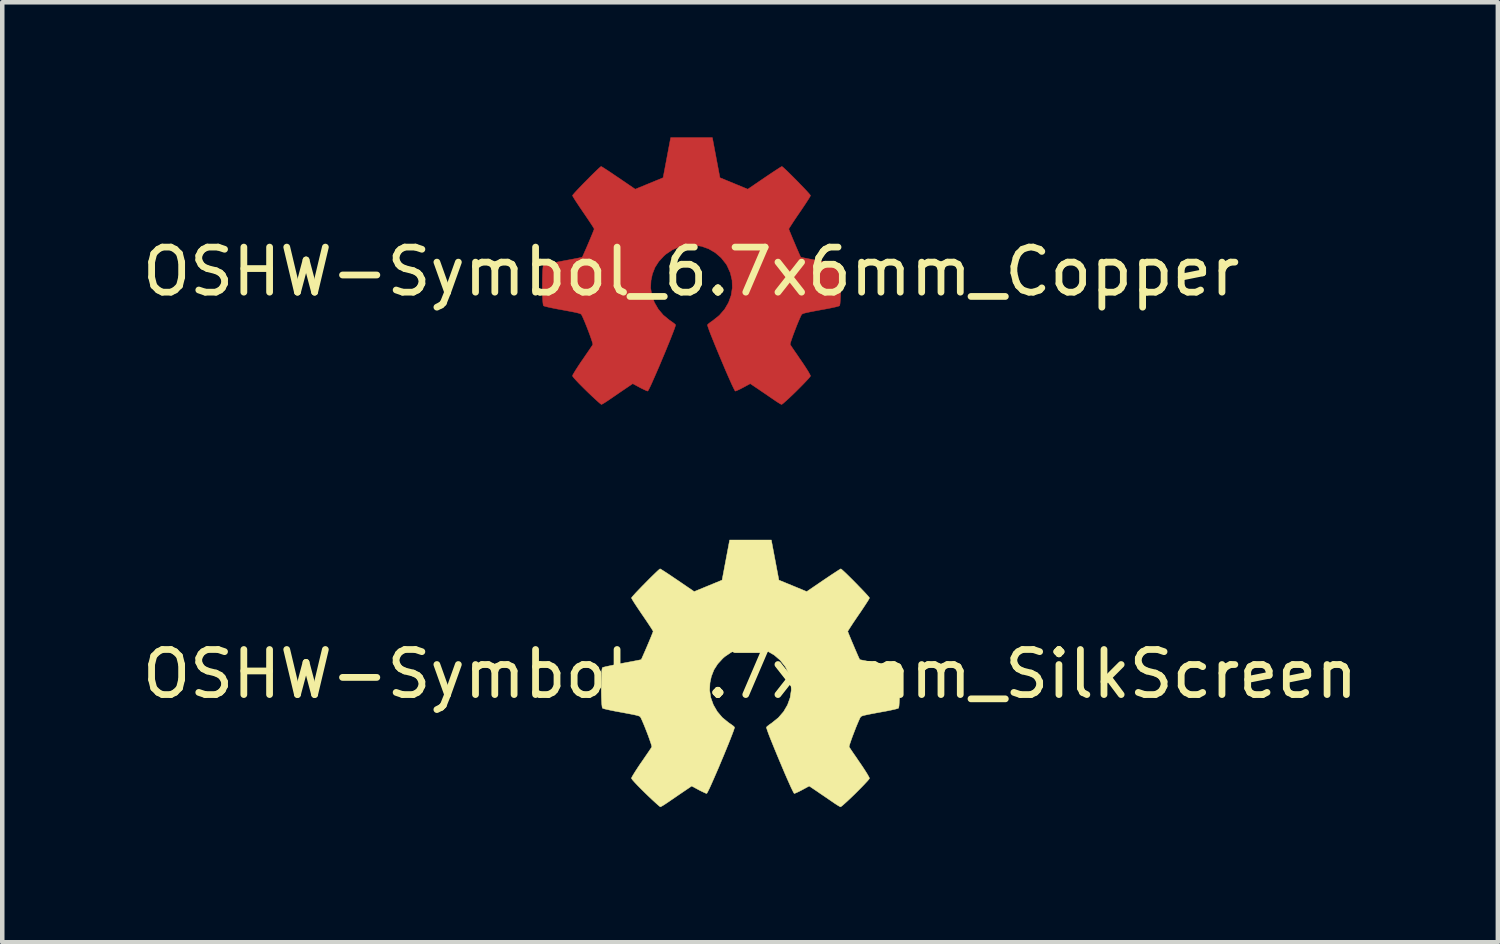
<source format=kicad_pcb>
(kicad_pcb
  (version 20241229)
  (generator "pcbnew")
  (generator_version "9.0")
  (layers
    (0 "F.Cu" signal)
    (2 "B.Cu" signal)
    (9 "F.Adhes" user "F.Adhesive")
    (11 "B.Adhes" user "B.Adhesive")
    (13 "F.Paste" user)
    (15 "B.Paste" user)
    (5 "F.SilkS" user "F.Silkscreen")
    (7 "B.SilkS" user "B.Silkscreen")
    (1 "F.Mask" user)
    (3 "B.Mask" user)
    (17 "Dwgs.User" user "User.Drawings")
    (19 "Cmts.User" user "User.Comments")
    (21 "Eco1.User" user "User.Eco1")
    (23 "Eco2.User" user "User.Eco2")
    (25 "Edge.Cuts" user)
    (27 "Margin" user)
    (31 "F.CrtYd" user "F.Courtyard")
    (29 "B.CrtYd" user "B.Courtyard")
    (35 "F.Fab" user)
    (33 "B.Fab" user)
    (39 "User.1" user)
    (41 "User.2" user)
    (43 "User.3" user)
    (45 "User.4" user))
  (footprint "OSHW-Symbol_6.7x6mm_Copper"
    (layer "F.Cu")
    (at 12.292 2.981)
    (property "Reference" "OSHW-Symbol_6.7x6mm_Copper" (at 0 0 0) (layer "F.SilkS") (effects (font (size 1 1) (thickness 0.15))))
    (attr exclude_from_pos_files exclude_from_bom)
    (fp_poly (pts (xy 0.556 -2.531) (xy 0.64 -2.086) (xy 0.949 -1.959) (xy 1.258 -1.831) (xy 1.629 -2.084) (xy 1.733 -2.154) (xy 1.827 -2.217) (xy 1.907 -2.269) (xy 1.967 -2.308) (xy 2.005 -2.331) (xy 2.015 -2.336) (xy 2.034 -2.323) (xy 2.073 -2.288) (xy 2.13 -2.235) (xy 2.198 -2.168) (xy 2.274 -2.093) (xy 2.353 -2.013) (xy 2.431 -1.932) (xy 2.504 -1.857) (xy 2.567 -1.79) (xy 2.615 -1.737) (xy 2.644 -1.702) (xy 2.651 -1.69) (xy 2.641 -1.669) (xy 2.613 -1.621) (xy 2.569 -1.553) (xy 2.513 -1.468) (xy 2.448 -1.371) (xy 2.41 -1.316) (xy 2.341 -1.215) (xy 2.28 -1.124) (xy 2.23 -1.047) (xy 2.193 -0.989) (xy 2.172 -0.955) (xy 2.169 -0.948) (xy 2.176 -0.927) (xy 2.195 -0.879) (xy 2.223 -0.811) (xy 2.257 -0.729) (xy 2.295 -0.64) (xy 2.333 -0.55) (xy 2.369 -0.467) (xy 2.4 -0.396) (xy 2.423 -0.346) (xy 2.435 -0.322) (xy 2.436 -0.321) (xy 2.455 -0.316) (xy 2.505 -0.306) (xy 2.581 -0.291) (xy 2.678 -0.272) (xy 2.791 -0.251) (xy 2.856 -0.239) (xy 2.977 -0.216) (xy 3.086 -0.194) (xy 3.177 -0.174) (xy 3.246 -0.158) (xy 3.287 -0.147) (xy 3.296 -0.143) (xy 3.304 -0.119) (xy 3.31 -0.064) (xy 3.315 0.015) (xy 3.318 0.112) (xy 3.32 0.22) (xy 3.321 0.333) (xy 3.319 0.445) (xy 3.317 0.549) (xy 3.312 0.638) (xy 3.307 0.707) (xy 3.299 0.748) (xy 3.295 0.757) (xy 3.269 0.767) (xy 3.213 0.782) (xy 3.136 0.799) (xy 3.044 0.818) (xy 3.012 0.824) (xy 2.858 0.852) (xy 2.735 0.875) (xy 2.642 0.893) (xy 2.572 0.908) (xy 2.523 0.919) (xy 2.491 0.929) (xy 2.471 0.938) (xy 2.459 0.947) (xy 2.457 0.948) (xy 2.44 0.976) (xy 2.415 1.031) (xy 2.383 1.105) (xy 2.347 1.192) (xy 2.311 1.286) (xy 2.275 1.379) (xy 2.244 1.466) (xy 2.219 1.539) (xy 2.203 1.592) (xy 2.199 1.618) (xy 2.2 1.619) (xy 2.214 1.64) (xy 2.245 1.687) (xy 2.291 1.755) (xy 2.349 1.838) (xy 2.413 1.933) (xy 2.432 1.96) (xy 2.498 2.057) (xy 2.556 2.146) (xy 2.603 2.221) (xy 2.635 2.278) (xy 2.651 2.311) (xy 2.651 2.315) (xy 2.638 2.336) (xy 2.603 2.377) (xy 2.549 2.435) (xy 2.482 2.505) (xy 2.406 2.582) (xy 2.326 2.662) (xy 2.245 2.74) (xy 2.17 2.811) (xy 2.103 2.872) (xy 2.051 2.918) (xy 2.017 2.944) (xy 2.008 2.948) (xy 1.986 2.938) (xy 1.941 2.911) (xy 1.88 2.872) (xy 1.834 2.84) (xy 1.749 2.782) (xy 1.65 2.714) (xy 1.549 2.646) (xy 1.496 2.609) (xy 1.313 2.486) (xy 1.16 2.569) (xy 1.091 2.605) (xy 1.031 2.633) (xy 0.991 2.649) (xy 0.981 2.651) (xy 0.969 2.635) (xy 0.945 2.588) (xy 0.91 2.516) (xy 0.868 2.422) (xy 0.818 2.31) (xy 0.764 2.186) (xy 0.708 2.053) (xy 0.65 1.916) (xy 0.593 1.779) (xy 0.538 1.646) (xy 0.488 1.522) (xy 0.443 1.411) (xy 0.407 1.317) (xy 0.381 1.244) (xy 0.366 1.197) (xy 0.363 1.181) (xy 0.382 1.16) (xy 0.424 1.127) (xy 0.48 1.088) (xy 0.484 1.085) (xy 0.628 0.969) (xy 0.744 0.835) (xy 0.831 0.686) (xy 0.889 0.526) (xy 0.915 0.36) (xy 0.91 0.192) (xy 0.871 0.026) (xy 0.799 -0.134) (xy 0.778 -0.169) (xy 0.667 -0.309) (xy 0.536 -0.422) (xy 0.39 -0.507) (xy 0.233 -0.563) (xy 0.069 -0.589) (xy -0.097 -0.585) (xy -0.26 -0.551) (xy -0.416 -0.485) (xy -0.56 -0.388) (xy -0.605 -0.348) (xy -0.719 -0.224) (xy -0.802 -0.094) (xy -0.859 0.052) (xy -0.89 0.197) (xy -0.898 0.36) (xy -0.872 0.523) (xy -0.815 0.682) (xy -0.729 0.831) (xy -0.617 0.964) (xy -0.482 1.075) (xy -0.464 1.087) (xy -0.408 1.126) (xy -0.365 1.159) (xy -0.345 1.18) (xy -0.344 1.181) (xy -0.349 1.204) (xy -0.366 1.256) (xy -0.395 1.333) (xy -0.433 1.431) (xy -0.478 1.545) (xy -0.53 1.672) (xy -0.585 1.806) (xy -0.643 1.943) (xy -0.7 2.08) (xy -0.757 2.211) (xy -0.81 2.333) (xy -0.858 2.441) (xy -0.899 2.532) (xy -0.932 2.599) (xy -0.954 2.64) (xy -0.963 2.651) (xy -0.99 2.643) (xy -1.04 2.62) (xy -1.106 2.588) (xy -1.142 2.569) (xy -1.295 2.486) (xy -1.477 2.609) (xy -1.57 2.672) (xy -1.672 2.742) (xy -1.767 2.807) (xy -1.815 2.84) (xy -1.882 2.885) (xy -1.939 2.921) (xy -1.979 2.943) (xy -1.991 2.948) (xy -2.01 2.935) (xy -2.051 2.9) (xy -2.11 2.847) (xy -2.185 2.778) (xy -2.269 2.698) (xy -2.323 2.646) (xy -2.416 2.554) (xy -2.497 2.472) (xy -2.562 2.403) (xy -2.608 2.351) (xy -2.631 2.319) (xy -2.633 2.312) (xy -2.623 2.287) (xy -2.594 2.237) (xy -2.551 2.167) (xy -2.496 2.082) (xy -2.432 1.986) (xy -2.413 1.96) (xy -2.347 1.863) (xy -2.287 1.776) (xy -2.238 1.704) (xy -2.202 1.65) (xy -2.183 1.622) (xy -2.181 1.619) (xy -2.184 1.596) (xy -2.199 1.545) (xy -2.223 1.474) (xy -2.253 1.389) (xy -2.288 1.296) (xy -2.325 1.202) (xy -2.361 1.113) (xy -2.393 1.038) (xy -2.419 0.981) (xy -2.437 0.95) (xy -2.438 0.948) (xy -2.449 0.94) (xy -2.468 0.931) (xy -2.498 0.921) (xy -2.543 0.91) (xy -2.608 0.896) (xy -2.697 0.879) (xy -2.813 0.857) (xy -2.962 0.83) (xy -2.994 0.824) (xy -3.089 0.805) (xy -3.172 0.787) (xy -3.235 0.772) (xy -3.271 0.76) (xy -3.276 0.757) (xy -3.284 0.732) (xy -3.291 0.677) (xy -3.296 0.597) (xy -3.3 0.5) (xy -3.302 0.392) (xy -3.302 0.279) (xy -3.301 0.167) (xy -3.298 0.064) (xy -3.294 -0.026) (xy -3.289 -0.094) (xy -3.281 -0.135) (xy -3.277 -0.143) (xy -3.253 -0.152) (xy -3.197 -0.166) (xy -3.117 -0.183) (xy -3.016 -0.204) (xy -2.901 -0.227) (xy -2.838 -0.239) (xy -2.719 -0.261) (xy -2.613 -0.281) (xy -2.524 -0.298) (xy -2.46 -0.311) (xy -2.423 -0.319) (xy -2.417 -0.321) (xy -2.407 -0.34) (xy -2.386 -0.387) (xy -2.356 -0.455) (xy -2.32 -0.537) (xy -2.282 -0.626) (xy -2.244 -0.716) (xy -2.209 -0.8) (xy -2.18 -0.871) (xy -2.16 -0.922) (xy -2.151 -0.948) (xy -2.151 -0.949) (xy -2.161 -0.968) (xy -2.189 -1.014) (xy -2.233 -1.081) (xy -2.289 -1.165) (xy -2.354 -1.261) (xy -2.392 -1.316) (xy -2.461 -1.418) (xy -2.522 -1.509) (xy -2.573 -1.587) (xy -2.61 -1.647) (xy -2.63 -1.683) (xy -2.633 -1.691) (xy -2.62 -1.709) (xy -2.585 -1.75) (xy -2.533 -1.807) (xy -2.467 -1.876) (xy -2.393 -1.953) (xy -2.314 -2.033) (xy -2.235 -2.113) (xy -2.16 -2.187) (xy -2.095 -2.25) (xy -2.043 -2.299) (xy -2.008 -2.329) (xy -1.996 -2.336) (xy -1.978 -2.326) (xy -1.933 -2.298) (xy -1.866 -2.255) (xy -1.781 -2.199) (xy -1.684 -2.133) (xy -1.611 -2.084) (xy -1.24 -1.831) (xy -0.621 -2.086) (xy -0.537 -2.531) (xy -0.453 -2.976) (xy 0.472 -2.976) (xy 0.556 -2.531)) (stroke (width 0.01) (type solid)) (fill yes) (layer "F.Cu")))
  (footprint "OSHW-Symbol_6.7x6mm_SilkScreen"
    (layer "F.Cu")
    (at 13.601 11.914)
    (property "Reference" "OSHW-Symbol_6.7x6mm_SilkScreen" (at 0 0 0) (layer "F.SilkS") (effects (font (size 1 1) (thickness 0.15))))
    (attr exclude_from_pos_files exclude_from_bom)
    (fp_poly (pts (xy 0.556 -2.531) (xy 0.64 -2.086) (xy 0.949 -1.959) (xy 1.258 -1.831) (xy 1.629 -2.084) (xy 1.733 -2.154) (xy 1.827 -2.217) (xy 1.907 -2.269) (xy 1.967 -2.308) (xy 2.005 -2.331) (xy 2.015 -2.336) (xy 2.034 -2.323) (xy 2.073 -2.288) (xy 2.13 -2.235) (xy 2.198 -2.168) (xy 2.274 -2.093) (xy 2.353 -2.013) (xy 2.431 -1.932) (xy 2.504 -1.857) (xy 2.567 -1.79) (xy 2.615 -1.737) (xy 2.644 -1.702) (xy 2.651 -1.69) (xy 2.641 -1.669) (xy 2.613 -1.621) (xy 2.569 -1.553) (xy 2.513 -1.468) (xy 2.448 -1.371) (xy 2.41 -1.316) (xy 2.341 -1.215) (xy 2.28 -1.124) (xy 2.23 -1.047) (xy 2.193 -0.989) (xy 2.172 -0.955) (xy 2.169 -0.948) (xy 2.176 -0.927) (xy 2.195 -0.879) (xy 2.223 -0.811) (xy 2.257 -0.729) (xy 2.295 -0.64) (xy 2.333 -0.55) (xy 2.369 -0.467) (xy 2.4 -0.396) (xy 2.423 -0.346) (xy 2.435 -0.322) (xy 2.436 -0.321) (xy 2.455 -0.316) (xy 2.505 -0.306) (xy 2.581 -0.291) (xy 2.678 -0.272) (xy 2.791 -0.251) (xy 2.856 -0.239) (xy 2.977 -0.216) (xy 3.086 -0.194) (xy 3.177 -0.174) (xy 3.246 -0.158) (xy 3.287 -0.147) (xy 3.296 -0.143) (xy 3.304 -0.119) (xy 3.31 -0.064) (xy 3.315 0.015) (xy 3.318 0.112) (xy 3.32 0.22) (xy 3.321 0.333) (xy 3.319 0.445) (xy 3.317 0.549) (xy 3.312 0.638) (xy 3.307 0.707) (xy 3.299 0.748) (xy 3.295 0.757) (xy 3.269 0.767) (xy 3.213 0.782) (xy 3.136 0.799) (xy 3.044 0.818) (xy 3.012 0.824) (xy 2.858 0.852) (xy 2.735 0.875) (xy 2.642 0.893) (xy 2.572 0.908) (xy 2.523 0.919) (xy 2.491 0.929) (xy 2.471 0.938) (xy 2.459 0.947) (xy 2.457 0.948) (xy 2.44 0.976) (xy 2.415 1.031) (xy 2.383 1.105) (xy 2.347 1.192) (xy 2.311 1.286) (xy 2.275 1.379) (xy 2.244 1.466) (xy 2.219 1.539) (xy 2.203 1.592) (xy 2.199 1.618) (xy 2.2 1.619) (xy 2.214 1.64) (xy 2.245 1.687) (xy 2.291 1.755) (xy 2.349 1.838) (xy 2.413 1.933) (xy 2.432 1.96) (xy 2.498 2.057) (xy 2.556 2.146) (xy 2.603 2.221) (xy 2.635 2.278) (xy 2.651 2.311) (xy 2.651 2.315) (xy 2.638 2.336) (xy 2.603 2.377) (xy 2.549 2.435) (xy 2.482 2.505) (xy 2.406 2.582) (xy 2.326 2.662) (xy 2.245 2.74) (xy 2.17 2.811) (xy 2.103 2.872) (xy 2.051 2.918) (xy 2.017 2.944) (xy 2.008 2.948) (xy 1.986 2.938) (xy 1.941 2.911) (xy 1.88 2.872) (xy 1.834 2.84) (xy 1.749 2.782) (xy 1.65 2.714) (xy 1.549 2.646) (xy 1.496 2.609) (xy 1.313 2.486) (xy 1.16 2.569) (xy 1.091 2.605) (xy 1.031 2.633) (xy 0.991 2.649) (xy 0.981 2.651) (xy 0.969 2.635) (xy 0.945 2.588) (xy 0.91 2.516) (xy 0.868 2.422) (xy 0.818 2.31) (xy 0.764 2.186) (xy 0.708 2.053) (xy 0.65 1.916) (xy 0.593 1.779) (xy 0.538 1.646) (xy 0.488 1.522) (xy 0.443 1.411) (xy 0.407 1.317) (xy 0.381 1.244) (xy 0.366 1.197) (xy 0.363 1.181) (xy 0.382 1.16) (xy 0.424 1.127) (xy 0.48 1.088) (xy 0.484 1.085) (xy 0.628 0.969) (xy 0.744 0.835) (xy 0.831 0.686) (xy 0.889 0.526) (xy 0.915 0.36) (xy 0.91 0.192) (xy 0.871 0.026) (xy 0.799 -0.134) (xy 0.778 -0.169) (xy 0.667 -0.309) (xy 0.536 -0.422) (xy 0.39 -0.507) (xy 0.233 -0.563) (xy 0.069 -0.589) (xy -0.097 -0.585) (xy -0.26 -0.551) (xy -0.416 -0.485) (xy -0.56 -0.388) (xy -0.605 -0.348) (xy -0.719 -0.224) (xy -0.802 -0.094) (xy -0.859 0.052) (xy -0.89 0.197) (xy -0.898 0.36) (xy -0.872 0.523) (xy -0.815 0.682) (xy -0.729 0.831) (xy -0.617 0.964) (xy -0.482 1.075) (xy -0.464 1.087) (xy -0.408 1.126) (xy -0.365 1.159) (xy -0.345 1.18) (xy -0.344 1.181) (xy -0.349 1.204) (xy -0.366 1.256) (xy -0.395 1.333) (xy -0.433 1.431) (xy -0.478 1.545) (xy -0.53 1.672) (xy -0.585 1.806) (xy -0.643 1.943) (xy -0.7 2.08) (xy -0.757 2.211) (xy -0.81 2.333) (xy -0.858 2.441) (xy -0.899 2.532) (xy -0.932 2.599) (xy -0.954 2.64) (xy -0.963 2.651) (xy -0.99 2.643) (xy -1.04 2.62) (xy -1.106 2.588) (xy -1.142 2.569) (xy -1.295 2.486) (xy -1.477 2.609) (xy -1.57 2.672) (xy -1.672 2.742) (xy -1.767 2.807) (xy -1.815 2.84) (xy -1.882 2.885) (xy -1.939 2.921) (xy -1.979 2.943) (xy -1.991 2.948) (xy -2.01 2.935) (xy -2.051 2.9) (xy -2.11 2.847) (xy -2.185 2.778) (xy -2.269 2.698) (xy -2.323 2.646) (xy -2.416 2.554) (xy -2.497 2.472) (xy -2.562 2.403) (xy -2.608 2.351) (xy -2.631 2.319) (xy -2.633 2.312) (xy -2.623 2.287) (xy -2.594 2.237) (xy -2.551 2.167) (xy -2.496 2.082) (xy -2.432 1.986) (xy -2.413 1.96) (xy -2.347 1.863) (xy -2.287 1.776) (xy -2.238 1.704) (xy -2.202 1.65) (xy -2.183 1.622) (xy -2.181 1.619) (xy -2.184 1.596) (xy -2.199 1.545) (xy -2.223 1.474) (xy -2.253 1.389) (xy -2.288 1.296) (xy -2.325 1.202) (xy -2.361 1.113) (xy -2.393 1.038) (xy -2.419 0.981) (xy -2.437 0.95) (xy -2.438 0.948) (xy -2.449 0.94) (xy -2.468 0.931) (xy -2.498 0.921) (xy -2.543 0.91) (xy -2.608 0.896) (xy -2.697 0.879) (xy -2.813 0.857) (xy -2.962 0.83) (xy -2.994 0.824) (xy -3.089 0.805) (xy -3.172 0.787) (xy -3.235 0.772) (xy -3.271 0.76) (xy -3.276 0.757) (xy -3.284 0.732) (xy -3.291 0.677) (xy -3.296 0.597) (xy -3.3 0.5) (xy -3.302 0.392) (xy -3.302 0.279) (xy -3.301 0.167) (xy -3.298 0.064) (xy -3.294 -0.026) (xy -3.289 -0.094) (xy -3.281 -0.135) (xy -3.277 -0.143) (xy -3.253 -0.152) (xy -3.197 -0.166) (xy -3.117 -0.183) (xy -3.016 -0.204) (xy -2.901 -0.227) (xy -2.838 -0.239) (xy -2.719 -0.261) (xy -2.613 -0.281) (xy -2.524 -0.298) (xy -2.46 -0.311) (xy -2.423 -0.319) (xy -2.417 -0.321) (xy -2.407 -0.34) (xy -2.386 -0.387) (xy -2.356 -0.455) (xy -2.32 -0.537) (xy -2.282 -0.626) (xy -2.244 -0.716) (xy -2.209 -0.8) (xy -2.18 -0.871) (xy -2.16 -0.922) (xy -2.151 -0.948) (xy -2.151 -0.949) (xy -2.161 -0.968) (xy -2.189 -1.014) (xy -2.233 -1.081) (xy -2.289 -1.165) (xy -2.354 -1.261) (xy -2.392 -1.316) (xy -2.461 -1.418) (xy -2.522 -1.509) (xy -2.573 -1.587) (xy -2.61 -1.647) (xy -2.63 -1.683) (xy -2.633 -1.691) (xy -2.62 -1.709) (xy -2.585 -1.75) (xy -2.533 -1.807) (xy -2.467 -1.876) (xy -2.393 -1.953) (xy -2.314 -2.033) (xy -2.235 -2.113) (xy -2.16 -2.187) (xy -2.095 -2.25) (xy -2.043 -2.299) (xy -2.008 -2.329) (xy -1.996 -2.336) (xy -1.978 -2.326) (xy -1.933 -2.298) (xy -1.866 -2.255) (xy -1.781 -2.199) (xy -1.684 -2.133) (xy -1.611 -2.084) (xy -1.24 -1.831) (xy -0.621 -2.086) (xy -0.537 -2.531) (xy -0.453 -2.976) (xy 0.472 -2.976) (xy 0.556 -2.531)) (stroke (width 0.01) (type solid)) (fill yes) (layer "F.SilkS")))
  (gr_rect
    (start -3 -3)
    (end 30.202 17.867)
    (stroke (width 0.1) (type default))
    (fill no)
    (layer "Edge.Cuts")))
</source>
